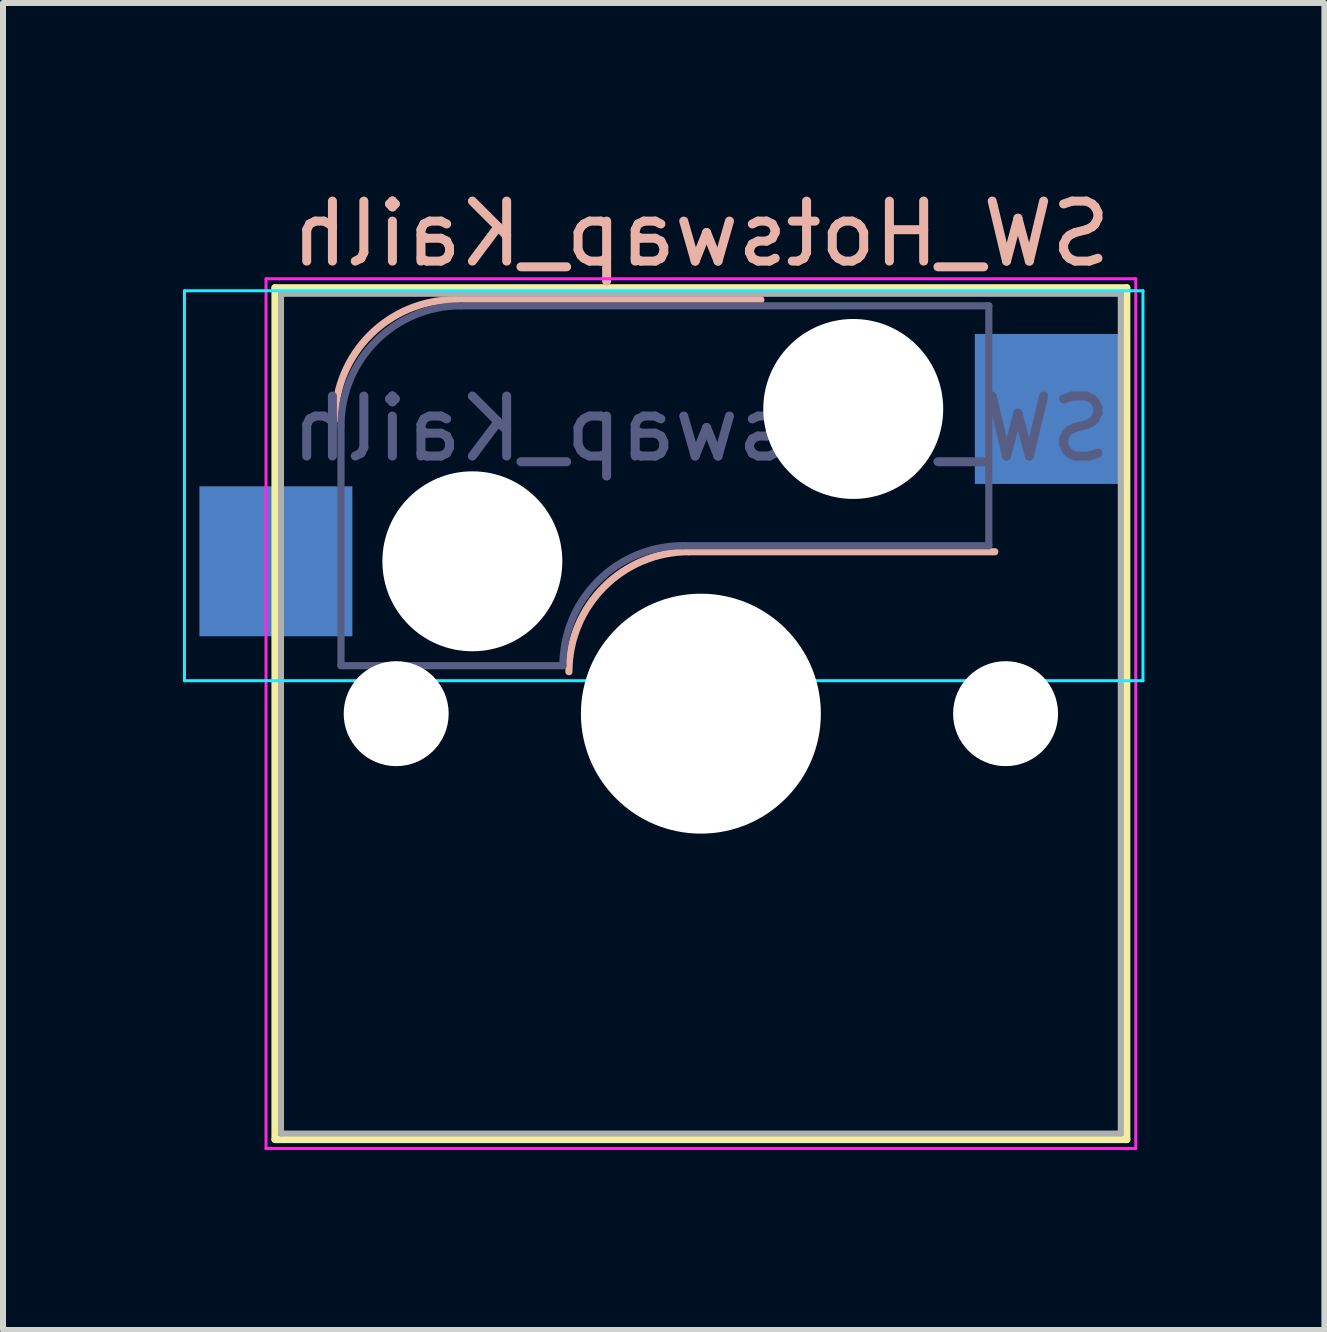
<source format=kicad_pcb>
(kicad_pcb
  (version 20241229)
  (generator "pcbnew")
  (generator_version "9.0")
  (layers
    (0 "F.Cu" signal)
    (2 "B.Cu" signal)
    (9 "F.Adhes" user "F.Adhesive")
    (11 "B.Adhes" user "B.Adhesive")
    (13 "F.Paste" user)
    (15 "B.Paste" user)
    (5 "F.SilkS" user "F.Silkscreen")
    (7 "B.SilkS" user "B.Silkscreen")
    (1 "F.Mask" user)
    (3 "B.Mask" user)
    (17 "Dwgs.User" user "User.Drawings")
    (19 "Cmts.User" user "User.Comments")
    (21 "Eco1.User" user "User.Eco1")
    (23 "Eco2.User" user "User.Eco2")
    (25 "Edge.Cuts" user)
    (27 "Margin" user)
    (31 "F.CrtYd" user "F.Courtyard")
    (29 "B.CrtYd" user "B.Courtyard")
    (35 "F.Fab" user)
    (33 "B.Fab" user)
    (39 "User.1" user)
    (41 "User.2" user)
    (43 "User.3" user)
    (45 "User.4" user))
  (footprint "SW_Hotswap_Kailh"
    (layer "F.Cu")
    (at 8.635 8.848)
    (property "Reference" "SW_Hotswap_Kailh" (at 0 -8 0) (layer "B.SilkS") (effects (font (size 1 1) (thickness 0.15)) (justify mirror)))
    (attr smd)
    (fp_line (start -7.1 -7.1) (end -7.1 7.1) (stroke (width 0.12) (type solid)) (layer "F.SilkS"))
    (fp_line (start -7.1 7.1) (end 7.1 7.1) (stroke (width 0.12) (type solid)) (layer "F.SilkS"))
    (fp_line (start 7.1 -7.1) (end -7.1 -7.1) (stroke (width 0.12) (type solid)) (layer "F.SilkS"))
    (fp_line (start 7.1 7.1) (end 7.1 -7.1) (stroke (width 0.12) (type solid)) (layer "F.SilkS"))
    (fp_line (start -4.1 -6.9) (end 1 -6.9) (stroke (width 0.12) (type solid)) (layer "B.SilkS"))
    (fp_line (start -0.2 -2.7) (end 4.9 -2.7) (stroke (width 0.12) (type solid)) (layer "B.SilkS"))
    (fp_arc (start -6.1 -4.9) (mid -5.514214 -6.314214) (end -4.1 -6.9) (stroke (width 0.12) (type solid)) (layer "B.SilkS"))
    (fp_arc (start -2.2 -0.7) (mid -1.614214 -2.114214) (end -0.2 -2.7) (stroke (width 0.12) (type solid)) (layer "B.SilkS"))
    (fp_line (start -8.61 -7.05) (end -8.61 -0.55) (stroke (width 0.05) (type solid)) (layer "B.CrtYd"))
    (fp_line (start -8.61 -0.55) (end 7.37 -0.55) (stroke (width 0.05) (type solid)) (layer "B.CrtYd"))
    (fp_line (start 7.37 -7.05) (end -8.61 -7.05) (stroke (width 0.05) (type solid)) (layer "B.CrtYd"))
    (fp_line (start 7.37 -0.55) (end 7.37 -7.05) (stroke (width 0.05) (type solid)) (layer "B.CrtYd"))
    (fp_line (start -7.25 -7.25) (end -7.25 7.25) (stroke (width 0.05) (type solid)) (layer "F.CrtYd"))
    (fp_line (start -7.25 7.25) (end 7.25 7.25) (stroke (width 0.05) (type solid)) (layer "F.CrtYd"))
    (fp_line (start 7.25 -7.25) (end -7.25 -7.25) (stroke (width 0.05) (type solid)) (layer "F.CrtYd"))
    (fp_line (start 7.25 7.25) (end 7.25 -7.25) (stroke (width 0.05) (type solid)) (layer "F.CrtYd"))
    (fp_line (start -6 -0.8) (end -6 -4.8) (stroke (width 0.12) (type solid)) (layer "B.Fab"))
    (fp_line (start -6 -0.8) (end -2.3 -0.8) (stroke (width 0.12) (type solid)) (layer "B.Fab"))
    (fp_line (start -4 -6.8) (end 4.8 -6.8) (stroke (width 0.12) (type solid)) (layer "B.Fab"))
    (fp_line (start -0.3 -2.8) (end 4.8 -2.8) (stroke (width 0.12) (type solid)) (layer "B.Fab"))
    (fp_line (start 4.8 -6.8) (end 4.8 -2.8) (stroke (width 0.12) (type solid)) (layer "B.Fab"))
    (fp_arc (start -6 -4.8) (mid -5.414214 -6.214214) (end -4 -6.8) (stroke (width 0.12) (type solid)) (layer "B.Fab"))
    (fp_arc (start -2.3 -0.8) (mid -1.714214 -2.214214) (end -0.3 -2.8) (stroke (width 0.12) (type solid)) (layer "B.Fab"))
    (fp_line (start -7 -7) (end -7 7) (stroke (width 0.1) (type solid)) (layer "F.Fab"))
    (fp_line (start -7 7) (end 7 7) (stroke (width 0.1) (type solid)) (layer "F.Fab"))
    (fp_line (start 7 -7) (end -7 -7) (stroke (width 0.1) (type solid)) (layer "F.Fab"))
    (fp_line (start 7 7) (end 7 -7) (stroke (width 0.1) (type solid)) (layer "F.Fab"))
    (fp_text user "${REFERENCE}" (at 0 -4.75 0) (layer "B.Fab") (effects (font (size 1 1) (thickness 0.15)) (justify mirror)))
    (pad "" np_thru_hole circle (at -5.08 0) (size 1.75 1.75) (drill 1.75) (layers "*.Cu" "*.Mask"))
    (pad "" np_thru_hole circle (at -3.81 -2.54) (size 3 3) (drill 3) (layers "*.Cu" "*.Mask"))
    (pad "" np_thru_hole circle (at 0 0) (size 4 4) (drill 4) (layers "*.Cu" "*.Mask"))
    (pad "" np_thru_hole circle (at 2.54 -5.08) (size 3 3) (drill 3) (layers "*.Cu" "*.Mask"))
    (pad "" np_thru_hole circle (at 5.08 0) (size 1.75 1.75) (drill 1.75) (layers "*.Cu" "*.Mask"))
    (pad "1" smd rect (at -7.085 -2.54) (size 2.55 2.5) (layers "B.Cu" "B.Mask" "B.Paste"))
    (pad "2" smd rect (at 5.842 -5.08) (size 2.55 2.5) (layers "B.Cu" "B.Mask" "B.Paste")))
  (gr_rect
    (start -3 -3)
    (end 19.03 19.123)
    (stroke (width 0.1) (type default))
    (fill no)
    (layer "Edge.Cuts")))
</source>
